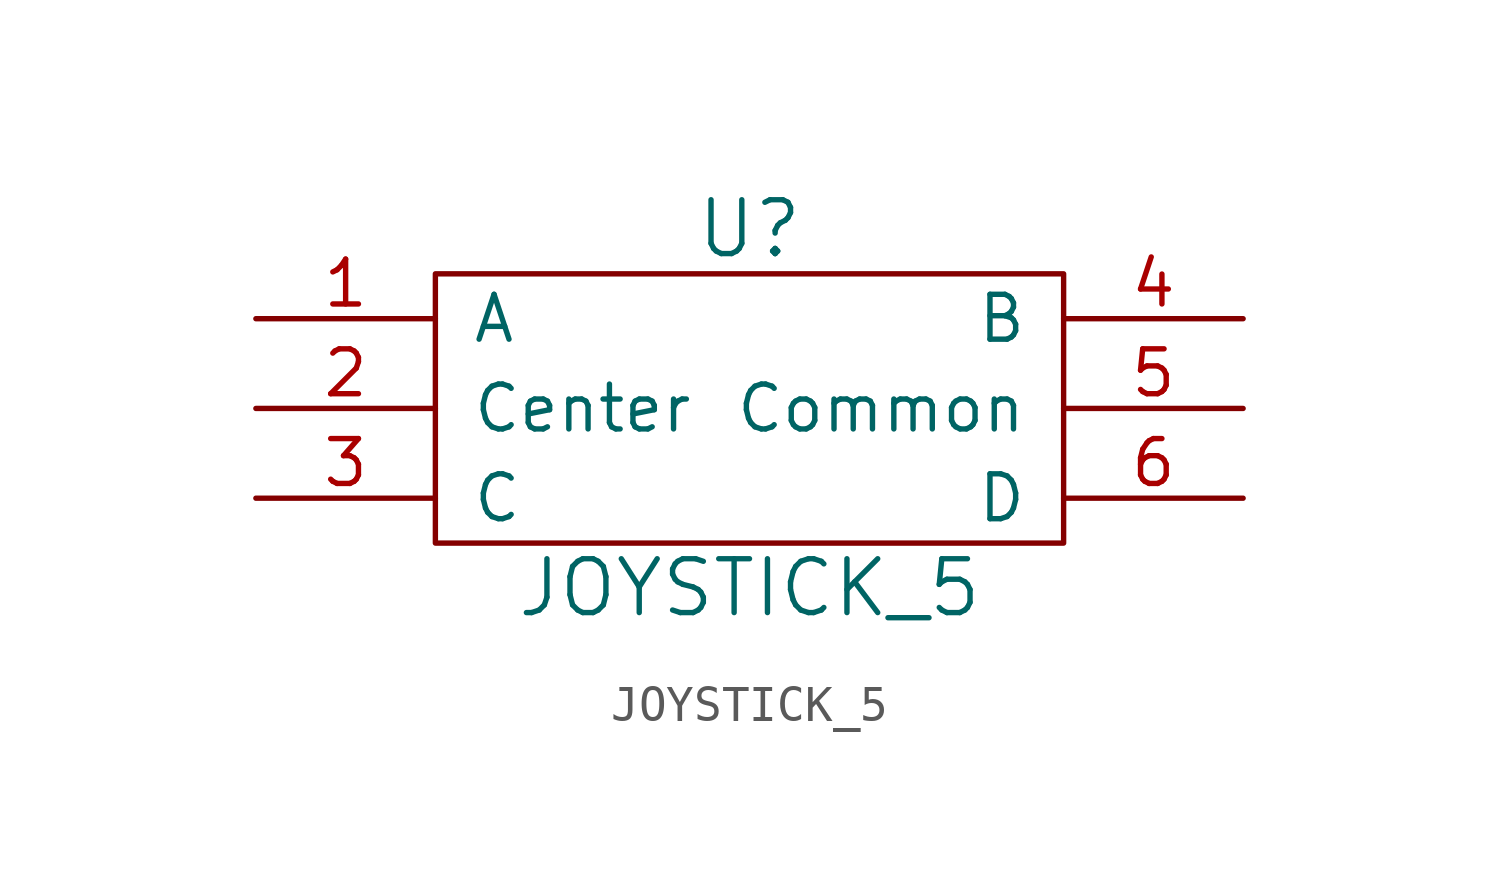
<source format=kicad_sym>
(kicad_symbol_lib
  (version 20220914)
  (generator kicad_symbol_editor)
  (symbol "JOYSTICK_5"
    (pin_names
      (offset 1.016))
    (property "Reference" "U"
      (at 0 5.08 0)
      (effects (font (size 1.524 1.524))))
    (property "Value" "JOYSTICK_5"
      (at 0 -5.08 0)
      (effects (font (size 1.524 1.524))))
    (property "Footprint" ""
      (at 7.62 -1.27 0)
      (effects (font (size 1.524 1.524))))
    (property "Datasheet" ""
      (at 7.62 -1.27 0)
      (effects (font (size 1.524 1.524))))
    (symbol "JOYSTICK_5_0_1"
      (rectangle (start -8.89 3.81) (end 8.89 -3.81) (stroke (width 0) (type solid)) (fill (type none))))
    (symbol "JOYSTICK_5_1_1"
      (pin input line (at -13.97 2.54 0) (length 5.08) (name "A" (effects (font (size 1.27 1.27)))) (number "1" (effects (font (size 1.27 1.27)))))
      (pin input line (at -13.97 0 0) (length 5.08) (name "Center" (effects (font (size 1.27 1.27)))) (number "2" (effects (font (size 1.27 1.27)))))
      (pin input line (at -13.97 -2.54 0) (length 5.08) (name "C" (effects (font (size 1.27 1.27)))) (number "3" (effects (font (size 1.27 1.27)))))
      (pin input line (at 13.97 2.54 180) (length 5.08) (name "B" (effects (font (size 1.27 1.27)))) (number "4" (effects (font (size 1.27 1.27)))))
      (pin input line (at 13.97 0 180) (length 5.08) (name "Common" (effects (font (size 1.27 1.27)))) (number "5" (effects (font (size 1.27 1.27)))))
      (pin input line (at 13.97 -2.54 180) (length 5.08) (name "D" (effects (font (size 1.27 1.27)))) (number "6" (effects (font (size 1.27 1.27))))))))
</source>
